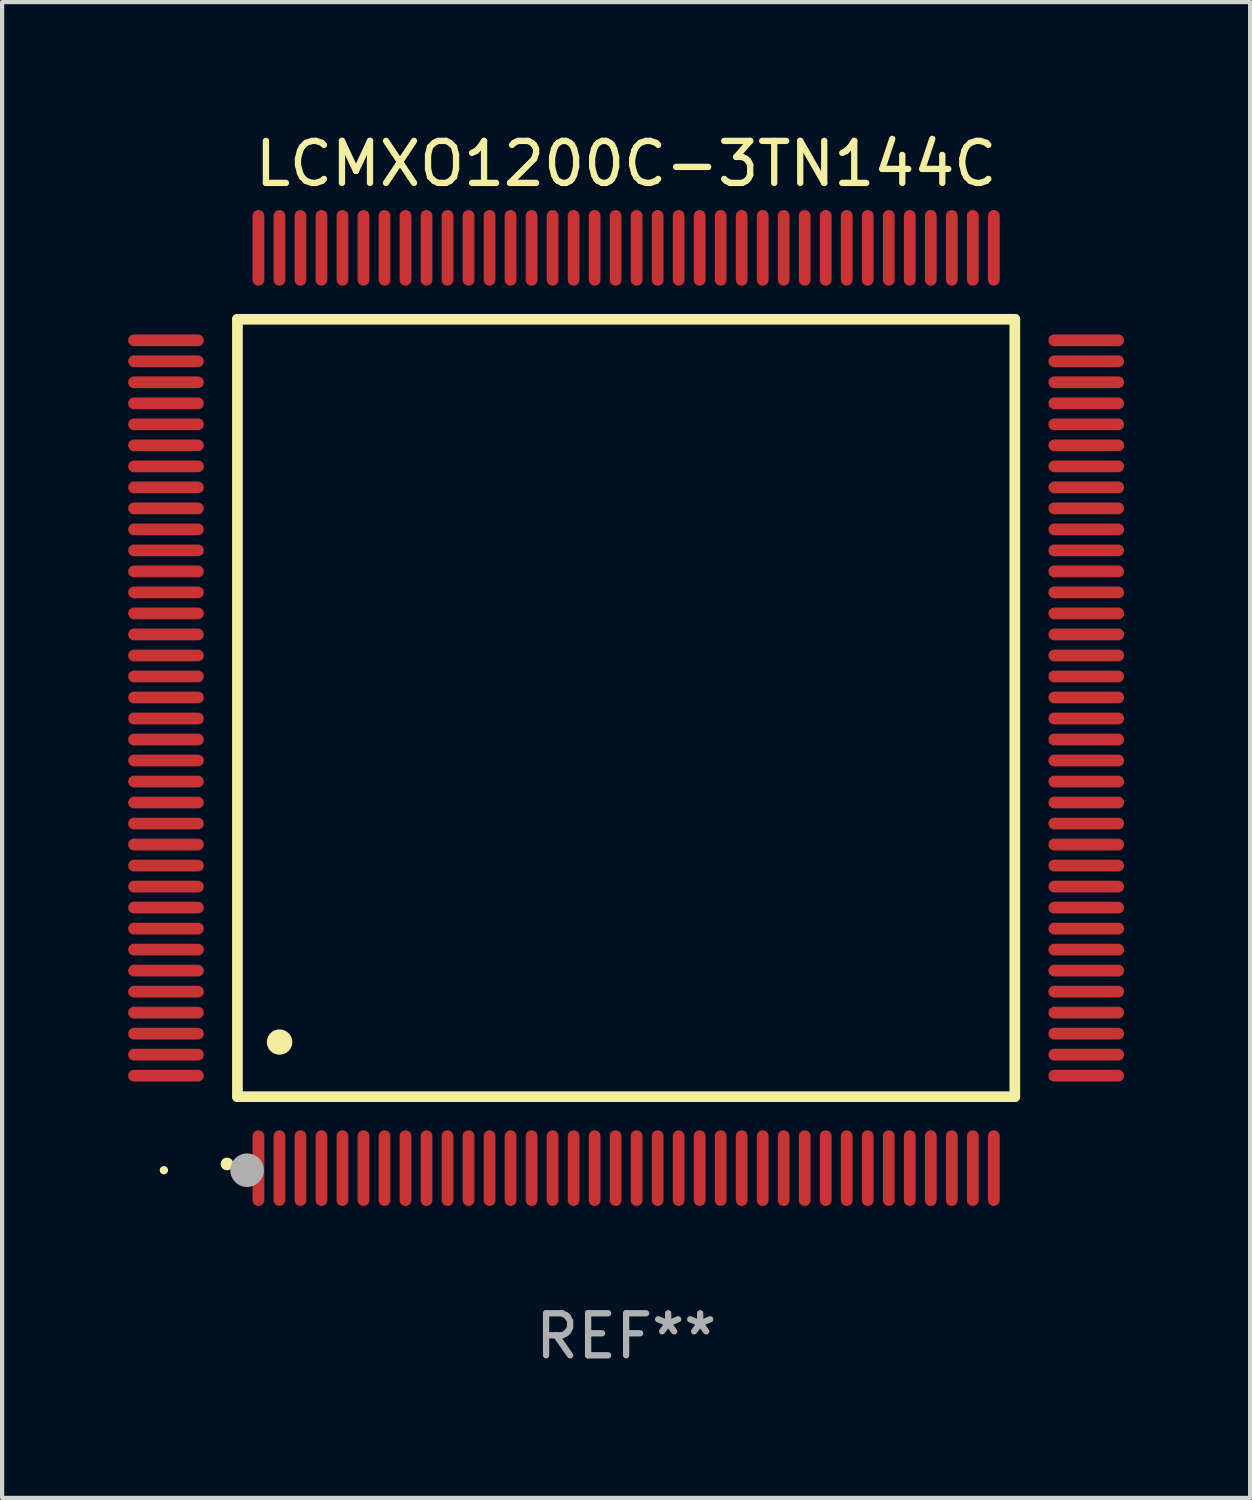
<source format=kicad_pcb>
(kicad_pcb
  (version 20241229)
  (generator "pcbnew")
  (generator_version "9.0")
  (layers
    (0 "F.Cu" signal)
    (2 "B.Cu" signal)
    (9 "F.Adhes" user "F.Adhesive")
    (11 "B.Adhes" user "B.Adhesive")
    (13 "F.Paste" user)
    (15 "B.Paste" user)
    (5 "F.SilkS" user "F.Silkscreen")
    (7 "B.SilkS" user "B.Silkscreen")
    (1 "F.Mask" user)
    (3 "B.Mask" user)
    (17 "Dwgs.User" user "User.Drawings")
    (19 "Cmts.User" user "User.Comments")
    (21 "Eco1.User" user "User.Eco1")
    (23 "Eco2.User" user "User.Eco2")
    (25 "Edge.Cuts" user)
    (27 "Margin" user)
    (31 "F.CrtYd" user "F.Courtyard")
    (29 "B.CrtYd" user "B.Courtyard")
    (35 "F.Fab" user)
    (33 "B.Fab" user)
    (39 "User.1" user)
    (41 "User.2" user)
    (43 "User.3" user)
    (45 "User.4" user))
  (footprint "LCMXO1200C-3TN144C"
    (layer "F.Cu")
    (at 11.85 13.798)
    (property "Reference" "LCMXO1200C-3TN144C" (at 0 -12.95 0) (layer "F.SilkS") (effects (font (size 1 1) (thickness 0.15))))
    (attr through_hole)
    (fp_line (start -9.25 -9.25) (end -9.25 9.25) (stroke (width 0.254) (type solid)) (layer "F.SilkS"))
    (fp_line (start -9.25 9.25) (end 9.25 9.25) (stroke (width 0.254) (type solid)) (layer "F.SilkS"))
    (fp_line (start 9.25 -9.25) (end -9.25 -9.25) (stroke (width 0.254) (type solid)) (layer "F.SilkS"))
    (fp_line (start 9.25 9.25) (end 9.25 -9.25) (stroke (width 0.254) (type solid)) (layer "F.SilkS"))
    (fp_arc (start -9.499619 10.850902) (mid -9.498349 10.850897) (end -9.497079 10.850902) (stroke (width 0.3) (type solid)) (layer "F.SilkS"))
    (fp_arc (start -8.249936 7.950216) (mid -8.247396 7.950205) (end -8.244856 7.950216) (stroke (width 0.6) (type solid)) (layer "F.SilkS"))
    (fp_circle (center -11 11) (end -10.95 11) (stroke (width 0.1) (type solid)) (fill no) (layer "F.SilkS"))
    (fp_circle (center -9.02 11) (end -8.82 11) (stroke (width 0.4) (type solid)) (fill no) (layer "F.Fab"))
    (fp_text user "REF**" (at 0 14.95 0) (layer "F.Fab") (effects (font (size 1 1) (thickness 0.15))))
    (pad "1" smd oval (at -8.75 10.95) (size 0.28 1.8) (layers "F.Cu" "F.Mask" "F.Paste"))
    (pad "2" smd oval (at -8.25 10.95) (size 0.28 1.8) (layers "F.Cu" "F.Mask" "F.Paste"))
    (pad "3" smd oval (at -7.75 10.95) (size 0.28 1.8) (layers "F.Cu" "F.Mask" "F.Paste"))
    (pad "4" smd oval (at -7.25 10.95) (size 0.28 1.8) (layers "F.Cu" "F.Mask" "F.Paste"))
    (pad "5" smd oval (at -6.75 10.95) (size 0.28 1.8) (layers "F.Cu" "F.Mask" "F.Paste"))
    (pad "6" smd oval (at -6.25 10.95) (size 0.28 1.8) (layers "F.Cu" "F.Mask" "F.Paste"))
    (pad "7" smd oval (at -5.75 10.95) (size 0.28 1.8) (layers "F.Cu" "F.Mask" "F.Paste"))
    (pad "8" smd oval (at -5.25 10.95) (size 0.28 1.8) (layers "F.Cu" "F.Mask" "F.Paste"))
    (pad "9" smd oval (at -4.75 10.95) (size 0.28 1.8) (layers "F.Cu" "F.Mask" "F.Paste"))
    (pad "10" smd oval (at -4.25 10.95) (size 0.28 1.8) (layers "F.Cu" "F.Mask" "F.Paste"))
    (pad "11" smd oval (at -3.75 10.95) (size 0.28 1.8) (layers "F.Cu" "F.Mask" "F.Paste"))
    (pad "12" smd oval (at -3.25 10.95) (size 0.28 1.8) (layers "F.Cu" "F.Mask" "F.Paste"))
    (pad "13" smd oval (at -2.75 10.95) (size 0.28 1.8) (layers "F.Cu" "F.Mask" "F.Paste"))
    (pad "14" smd oval (at -2.25 10.95) (size 0.28 1.8) (layers "F.Cu" "F.Mask" "F.Paste"))
    (pad "15" smd oval (at -1.75 10.95) (size 0.28 1.8) (layers "F.Cu" "F.Mask" "F.Paste"))
    (pad "16" smd oval (at -1.25 10.95) (size 0.28 1.8) (layers "F.Cu" "F.Mask" "F.Paste"))
    (pad "17" smd oval (at -0.75 10.95) (size 0.28 1.8) (layers "F.Cu" "F.Mask" "F.Paste"))
    (pad "18" smd oval (at -0.25 10.95) (size 0.28 1.8) (layers "F.Cu" "F.Mask" "F.Paste"))
    (pad "19" smd oval (at 0.25 10.95) (size 0.28 1.8) (layers "F.Cu" "F.Mask" "F.Paste"))
    (pad "20" smd oval (at 0.75 10.95) (size 0.28 1.8) (layers "F.Cu" "F.Mask" "F.Paste"))
    (pad "21" smd oval (at 1.25 10.95) (size 0.28 1.8) (layers "F.Cu" "F.Mask" "F.Paste"))
    (pad "22" smd oval (at 1.75 10.95) (size 0.28 1.8) (layers "F.Cu" "F.Mask" "F.Paste"))
    (pad "23" smd oval (at 2.25 10.95) (size 0.28 1.8) (layers "F.Cu" "F.Mask" "F.Paste"))
    (pad "24" smd oval (at 2.75 10.95) (size 0.28 1.8) (layers "F.Cu" "F.Mask" "F.Paste"))
    (pad "25" smd oval (at 3.25 10.95) (size 0.28 1.8) (layers "F.Cu" "F.Mask" "F.Paste"))
    (pad "26" smd oval (at 3.75 10.95) (size 0.28 1.8) (layers "F.Cu" "F.Mask" "F.Paste"))
    (pad "27" smd oval (at 4.25 10.95) (size 0.28 1.8) (layers "F.Cu" "F.Mask" "F.Paste"))
    (pad "28" smd oval (at 4.75 10.95) (size 0.28 1.8) (layers "F.Cu" "F.Mask" "F.Paste"))
    (pad "29" smd oval (at 5.25 10.95) (size 0.28 1.8) (layers "F.Cu" "F.Mask" "F.Paste"))
    (pad "30" smd oval (at 5.75 10.95) (size 0.28 1.8) (layers "F.Cu" "F.Mask" "F.Paste"))
    (pad "31" smd oval (at 6.25 10.95) (size 0.28 1.8) (layers "F.Cu" "F.Mask" "F.Paste"))
    (pad "32" smd oval (at 6.75 10.95) (size 0.28 1.8) (layers "F.Cu" "F.Mask" "F.Paste"))
    (pad "33" smd oval (at 7.25 10.95) (size 0.28 1.8) (layers "F.Cu" "F.Mask" "F.Paste"))
    (pad "34" smd oval (at 7.75 10.95) (size 0.28 1.8) (layers "F.Cu" "F.Mask" "F.Paste"))
    (pad "35" smd oval (at 8.25 10.95) (size 0.28 1.8) (layers "F.Cu" "F.Mask" "F.Paste"))
    (pad "36" smd oval (at 8.75 10.95) (size 0.28 1.8) (layers "F.Cu" "F.Mask" "F.Paste"))
    (pad "37" smd oval (at 10.95 8.75) (size 1.8 0.28) (layers "F.Cu" "F.Mask" "F.Paste"))
    (pad "38" smd oval (at 10.95 8.25) (size 1.8 0.28) (layers "F.Cu" "F.Mask" "F.Paste"))
    (pad "39" smd oval (at 10.95 7.75) (size 1.8 0.28) (layers "F.Cu" "F.Mask" "F.Paste"))
    (pad "40" smd oval (at 10.95 7.25) (size 1.8 0.28) (layers "F.Cu" "F.Mask" "F.Paste"))
    (pad "41" smd oval (at 10.95 6.75) (size 1.8 0.28) (layers "F.Cu" "F.Mask" "F.Paste"))
    (pad "42" smd oval (at 10.95 6.25) (size 1.8 0.28) (layers "F.Cu" "F.Mask" "F.Paste"))
    (pad "43" smd oval (at 10.95 5.75) (size 1.8 0.28) (layers "F.Cu" "F.Mask" "F.Paste"))
    (pad "44" smd oval (at 10.95 5.25) (size 1.8 0.28) (layers "F.Cu" "F.Mask" "F.Paste"))
    (pad "45" smd oval (at 10.95 4.75) (size 1.8 0.28) (layers "F.Cu" "F.Mask" "F.Paste"))
    (pad "46" smd oval (at 10.95 4.25) (size 1.8 0.28) (layers "F.Cu" "F.Mask" "F.Paste"))
    (pad "47" smd oval (at 10.95 3.75) (size 1.8 0.28) (layers "F.Cu" "F.Mask" "F.Paste"))
    (pad "48" smd oval (at 10.95 3.25) (size 1.8 0.28) (layers "F.Cu" "F.Mask" "F.Paste"))
    (pad "49" smd oval (at 10.95 2.75) (size 1.8 0.28) (layers "F.Cu" "F.Mask" "F.Paste"))
    (pad "50" smd oval (at 10.95 2.25) (size 1.8 0.28) (layers "F.Cu" "F.Mask" "F.Paste"))
    (pad "51" smd oval (at 10.95 1.75) (size 1.8 0.28) (layers "F.Cu" "F.Mask" "F.Paste"))
    (pad "52" smd oval (at 10.95 1.25) (size 1.8 0.28) (layers "F.Cu" "F.Mask" "F.Paste"))
    (pad "53" smd oval (at 10.95 0.75) (size 1.8 0.28) (layers "F.Cu" "F.Mask" "F.Paste"))
    (pad "54" smd oval (at 10.95 0.25) (size 1.8 0.28) (layers "F.Cu" "F.Mask" "F.Paste"))
    (pad "55" smd oval (at 10.95 -0.25) (size 1.8 0.28) (layers "F.Cu" "F.Mask" "F.Paste"))
    (pad "56" smd oval (at 10.95 -0.75) (size 1.8 0.28) (layers "F.Cu" "F.Mask" "F.Paste"))
    (pad "57" smd oval (at 10.95 -1.25) (size 1.8 0.28) (layers "F.Cu" "F.Mask" "F.Paste"))
    (pad "58" smd oval (at 10.95 -1.75) (size 1.8 0.28) (layers "F.Cu" "F.Mask" "F.Paste"))
    (pad "59" smd oval (at 10.95 -2.25) (size 1.8 0.28) (layers "F.Cu" "F.Mask" "F.Paste"))
    (pad "60" smd oval (at 10.95 -2.75) (size 1.8 0.28) (layers "F.Cu" "F.Mask" "F.Paste"))
    (pad "61" smd oval (at 10.95 -3.25) (size 1.8 0.28) (layers "F.Cu" "F.Mask" "F.Paste"))
    (pad "62" smd oval (at 10.95 -3.75) (size 1.8 0.28) (layers "F.Cu" "F.Mask" "F.Paste"))
    (pad "63" smd oval (at 10.95 -4.25) (size 1.8 0.28) (layers "F.Cu" "F.Mask" "F.Paste"))
    (pad "64" smd oval (at 10.95 -4.75) (size 1.8 0.28) (layers "F.Cu" "F.Mask" "F.Paste"))
    (pad "65" smd oval (at 10.95 -5.25) (size 1.8 0.28) (layers "F.Cu" "F.Mask" "F.Paste"))
    (pad "66" smd oval (at 10.95 -5.75) (size 1.8 0.28) (layers "F.Cu" "F.Mask" "F.Paste"))
    (pad "67" smd oval (at 10.95 -6.25) (size 1.8 0.28) (layers "F.Cu" "F.Mask" "F.Paste"))
    (pad "68" smd oval (at 10.95 -6.75) (size 1.8 0.28) (layers "F.Cu" "F.Mask" "F.Paste"))
    (pad "69" smd oval (at 10.95 -7.25) (size 1.8 0.28) (layers "F.Cu" "F.Mask" "F.Paste"))
    (pad "70" smd oval (at 10.95 -7.75) (size 1.8 0.28) (layers "F.Cu" "F.Mask" "F.Paste"))
    (pad "71" smd oval (at 10.95 -8.25) (size 1.8 0.28) (layers "F.Cu" "F.Mask" "F.Paste"))
    (pad "72" smd oval (at 10.95 -8.75) (size 1.8 0.28) (layers "F.Cu" "F.Mask" "F.Paste"))
    (pad "73" smd oval (at 8.75 -10.95) (size 0.28 1.8) (layers "F.Cu" "F.Mask" "F.Paste"))
    (pad "74" smd oval (at 8.25 -10.95) (size 0.28 1.8) (layers "F.Cu" "F.Mask" "F.Paste"))
    (pad "75" smd oval (at 7.75 -10.95) (size 0.28 1.8) (layers "F.Cu" "F.Mask" "F.Paste"))
    (pad "76" smd oval (at 7.25 -10.95) (size 0.28 1.8) (layers "F.Cu" "F.Mask" "F.Paste"))
    (pad "77" smd oval (at 6.75 -10.95) (size 0.28 1.8) (layers "F.Cu" "F.Mask" "F.Paste"))
    (pad "78" smd oval (at 6.25 -10.95) (size 0.28 1.8) (layers "F.Cu" "F.Mask" "F.Paste"))
    (pad "79" smd oval (at 5.75 -10.95) (size 0.28 1.8) (layers "F.Cu" "F.Mask" "F.Paste"))
    (pad "80" smd oval (at 5.25 -10.95) (size 0.28 1.8) (layers "F.Cu" "F.Mask" "F.Paste"))
    (pad "81" smd oval (at 4.75 -10.95) (size 0.28 1.8) (layers "F.Cu" "F.Mask" "F.Paste"))
    (pad "82" smd oval (at 4.25 -10.95) (size 0.28 1.8) (layers "F.Cu" "F.Mask" "F.Paste"))
    (pad "83" smd oval (at 3.75 -10.95) (size 0.28 1.8) (layers "F.Cu" "F.Mask" "F.Paste"))
    (pad "84" smd oval (at 3.25 -10.95) (size 0.28 1.8) (layers "F.Cu" "F.Mask" "F.Paste"))
    (pad "85" smd oval (at 2.75 -10.95) (size 0.28 1.8) (layers "F.Cu" "F.Mask" "F.Paste"))
    (pad "86" smd oval (at 2.25 -10.95) (size 0.28 1.8) (layers "F.Cu" "F.Mask" "F.Paste"))
    (pad "87" smd oval (at 1.75 -10.95) (size 0.28 1.8) (layers "F.Cu" "F.Mask" "F.Paste"))
    (pad "88" smd oval (at 1.25 -10.95) (size 0.28 1.8) (layers "F.Cu" "F.Mask" "F.Paste"))
    (pad "89" smd oval (at 0.75 -10.95) (size 0.28 1.8) (layers "F.Cu" "F.Mask" "F.Paste"))
    (pad "90" smd oval (at 0.25 -10.95) (size 0.28 1.8) (layers "F.Cu" "F.Mask" "F.Paste"))
    (pad "91" smd oval (at -0.25 -10.95) (size 0.28 1.8) (layers "F.Cu" "F.Mask" "F.Paste"))
    (pad "92" smd oval (at -0.75 -10.95) (size 0.28 1.8) (layers "F.Cu" "F.Mask" "F.Paste"))
    (pad "93" smd oval (at -1.25 -10.95) (size 0.28 1.8) (layers "F.Cu" "F.Mask" "F.Paste"))
    (pad "94" smd oval (at -1.75 -10.95) (size 0.28 1.8) (layers "F.Cu" "F.Mask" "F.Paste"))
    (pad "95" smd oval (at -2.25 -10.95) (size 0.28 1.8) (layers "F.Cu" "F.Mask" "F.Paste"))
    (pad "96" smd oval (at -2.75 -10.95) (size 0.28 1.8) (layers "F.Cu" "F.Mask" "F.Paste"))
    (pad "97" smd oval (at -3.25 -10.95) (size 0.28 1.8) (layers "F.Cu" "F.Mask" "F.Paste"))
    (pad "98" smd oval (at -3.75 -10.95) (size 0.28 1.8) (layers "F.Cu" "F.Mask" "F.Paste"))
    (pad "99" smd oval (at -4.25 -10.95) (size 0.28 1.8) (layers "F.Cu" "F.Mask" "F.Paste"))
    (pad "100" smd oval (at -4.75 -10.95) (size 0.28 1.8) (layers "F.Cu" "F.Mask" "F.Paste"))
    (pad "101" smd oval (at -5.25 -10.95) (size 0.28 1.8) (layers "F.Cu" "F.Mask" "F.Paste"))
    (pad "102" smd oval (at -5.75 -10.95) (size 0.28 1.8) (layers "F.Cu" "F.Mask" "F.Paste"))
    (pad "103" smd oval (at -6.25 -10.95) (size 0.28 1.8) (layers "F.Cu" "F.Mask" "F.Paste"))
    (pad "104" smd oval (at -6.75 -10.95) (size 0.28 1.8) (layers "F.Cu" "F.Mask" "F.Paste"))
    (pad "105" smd oval (at -7.25 -10.95) (size 0.28 1.8) (layers "F.Cu" "F.Mask" "F.Paste"))
    (pad "106" smd oval (at -7.75 -10.95) (size 0.28 1.8) (layers "F.Cu" "F.Mask" "F.Paste"))
    (pad "107" smd oval (at -8.25 -10.95) (size 0.28 1.8) (layers "F.Cu" "F.Mask" "F.Paste"))
    (pad "108" smd oval (at -8.75 -10.95) (size 0.28 1.8) (layers "F.Cu" "F.Mask" "F.Paste"))
    (pad "109" smd oval (at -10.95 -8.75) (size 1.8 0.28) (layers "F.Cu" "F.Mask" "F.Paste"))
    (pad "110" smd oval (at -10.95 -8.25) (size 1.8 0.28) (layers "F.Cu" "F.Mask" "F.Paste"))
    (pad "111" smd oval (at -10.95 -7.75) (size 1.8 0.28) (layers "F.Cu" "F.Mask" "F.Paste"))
    (pad "112" smd oval (at -10.95 -7.25) (size 1.8 0.28) (layers "F.Cu" "F.Mask" "F.Paste"))
    (pad "113" smd oval (at -10.95 -6.75) (size 1.8 0.28) (layers "F.Cu" "F.Mask" "F.Paste"))
    (pad "114" smd oval (at -10.95 -6.25) (size 1.8 0.28) (layers "F.Cu" "F.Mask" "F.Paste"))
    (pad "115" smd oval (at -10.95 -5.75) (size 1.8 0.28) (layers "F.Cu" "F.Mask" "F.Paste"))
    (pad "116" smd oval (at -10.95 -5.25) (size 1.8 0.28) (layers "F.Cu" "F.Mask" "F.Paste"))
    (pad "117" smd oval (at -10.95 -4.75) (size 1.8 0.28) (layers "F.Cu" "F.Mask" "F.Paste"))
    (pad "118" smd oval (at -10.95 -4.25) (size 1.8 0.28) (layers "F.Cu" "F.Mask" "F.Paste"))
    (pad "119" smd oval (at -10.95 -3.75) (size 1.8 0.28) (layers "F.Cu" "F.Mask" "F.Paste"))
    (pad "120" smd oval (at -10.95 -3.25) (size 1.8 0.28) (layers "F.Cu" "F.Mask" "F.Paste"))
    (pad "121" smd oval (at -10.95 -2.75) (size 1.8 0.28) (layers "F.Cu" "F.Mask" "F.Paste"))
    (pad "122" smd oval (at -10.95 -2.25) (size 1.8 0.28) (layers "F.Cu" "F.Mask" "F.Paste"))
    (pad "123" smd oval (at -10.95 -1.75) (size 1.8 0.28) (layers "F.Cu" "F.Mask" "F.Paste"))
    (pad "124" smd oval (at -10.95 -1.25) (size 1.8 0.28) (layers "F.Cu" "F.Mask" "F.Paste"))
    (pad "125" smd oval (at -10.95 -0.75) (size 1.8 0.28) (layers "F.Cu" "F.Mask" "F.Paste"))
    (pad "126" smd oval (at -10.95 -0.25) (size 1.8 0.28) (layers "F.Cu" "F.Mask" "F.Paste"))
    (pad "127" smd oval (at -10.95 0.25) (size 1.8 0.28) (layers "F.Cu" "F.Mask" "F.Paste"))
    (pad "128" smd oval (at -10.95 0.75) (size 1.8 0.28) (layers "F.Cu" "F.Mask" "F.Paste"))
    (pad "129" smd oval (at -10.95 1.25) (size 1.8 0.28) (layers "F.Cu" "F.Mask" "F.Paste"))
    (pad "130" smd oval (at -10.95 1.75) (size 1.8 0.28) (layers "F.Cu" "F.Mask" "F.Paste"))
    (pad "131" smd oval (at -10.95 2.25) (size 1.8 0.28) (layers "F.Cu" "F.Mask" "F.Paste"))
    (pad "132" smd oval (at -10.95 2.75) (size 1.8 0.28) (layers "F.Cu" "F.Mask" "F.Paste"))
    (pad "133" smd oval (at -10.95 3.25) (size 1.8 0.28) (layers "F.Cu" "F.Mask" "F.Paste"))
    (pad "134" smd oval (at -10.95 3.75) (size 1.8 0.28) (layers "F.Cu" "F.Mask" "F.Paste"))
    (pad "135" smd oval (at -10.95 4.25) (size 1.8 0.28) (layers "F.Cu" "F.Mask" "F.Paste"))
    (pad "136" smd oval (at -10.95 4.75) (size 1.8 0.28) (layers "F.Cu" "F.Mask" "F.Paste"))
    (pad "137" smd oval (at -10.95 5.25) (size 1.8 0.28) (layers "F.Cu" "F.Mask" "F.Paste"))
    (pad "138" smd oval (at -10.95 5.75) (size 1.8 0.28) (layers "F.Cu" "F.Mask" "F.Paste"))
    (pad "139" smd oval (at -10.95 6.25) (size 1.8 0.28) (layers "F.Cu" "F.Mask" "F.Paste"))
    (pad "140" smd oval (at -10.95 6.75) (size 1.8 0.28) (layers "F.Cu" "F.Mask" "F.Paste"))
    (pad "141" smd oval (at -10.95 7.25) (size 1.8 0.28) (layers "F.Cu" "F.Mask" "F.Paste"))
    (pad "142" smd oval (at -10.95 7.75) (size 1.8 0.28) (layers "F.Cu" "F.Mask" "F.Paste"))
    (pad "143" smd oval (at -10.95 8.25) (size 1.8 0.28) (layers "F.Cu" "F.Mask" "F.Paste"))
    (pad "144" smd oval (at -10.95 8.75) (size 1.8 0.28) (layers "F.Cu" "F.Mask" "F.Paste")))
  (gr_rect
    (start -3 -3)
    (end 26.7 32.596)
    (stroke (width 0.1) (type default))
    (fill no)
    (layer "Edge.Cuts")))
</source>
